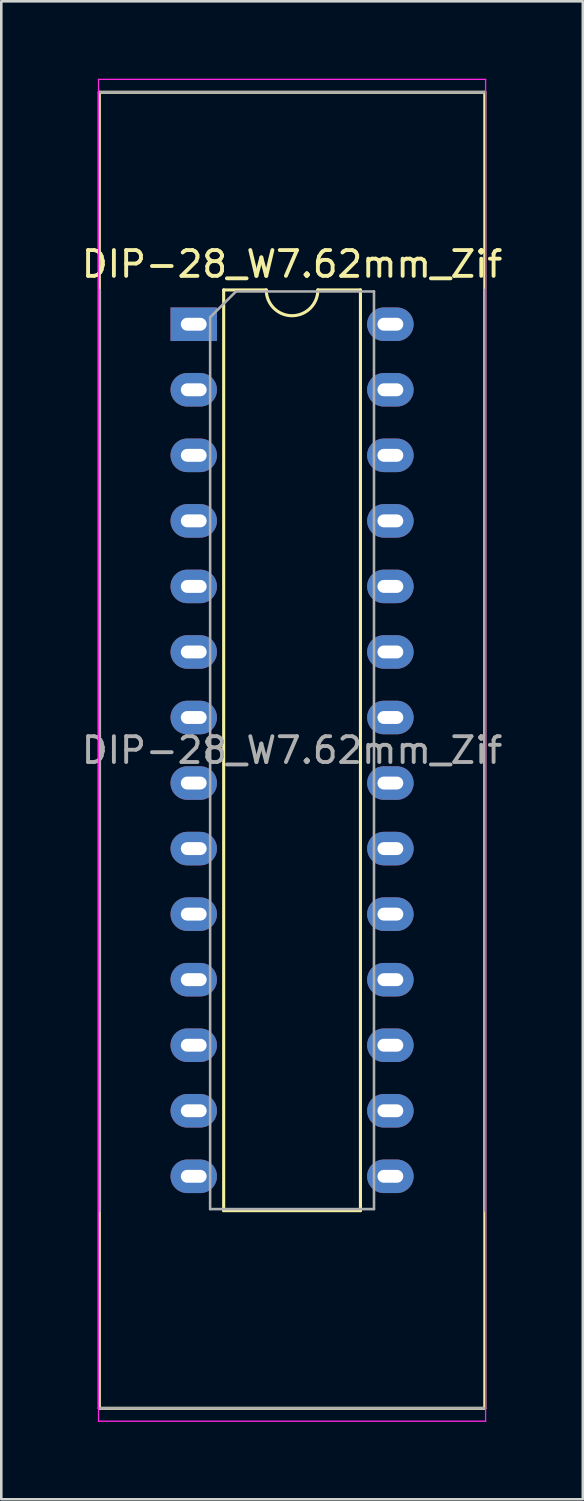
<source format=kicad_pcb>
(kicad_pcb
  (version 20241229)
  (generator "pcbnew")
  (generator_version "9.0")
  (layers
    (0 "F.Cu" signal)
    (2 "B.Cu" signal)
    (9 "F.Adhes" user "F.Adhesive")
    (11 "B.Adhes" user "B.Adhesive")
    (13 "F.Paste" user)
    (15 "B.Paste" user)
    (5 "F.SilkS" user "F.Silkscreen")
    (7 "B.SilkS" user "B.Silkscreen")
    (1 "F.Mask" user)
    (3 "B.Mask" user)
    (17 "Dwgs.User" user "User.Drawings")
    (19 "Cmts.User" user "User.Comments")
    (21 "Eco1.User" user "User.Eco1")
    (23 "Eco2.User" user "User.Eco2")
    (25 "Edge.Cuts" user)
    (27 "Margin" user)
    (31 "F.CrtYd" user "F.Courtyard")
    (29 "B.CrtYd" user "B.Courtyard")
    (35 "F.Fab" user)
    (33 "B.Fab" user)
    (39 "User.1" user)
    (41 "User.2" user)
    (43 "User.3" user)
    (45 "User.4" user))
  (footprint "DIP-28_W7.62mm_Zif"
    (layer "F.Cu")
    (at 4.458 9.515)
    (property "Reference" "DIP-28_W7.62mm_Zif" (at 3.81 -2.33 0) (layer "F.SilkS") (effects (font (size 1 1) (thickness 0.15))))
    (attr through_hole)
    (fp_line (start -3.66 -8.99) (end -3.66 42.01) (stroke (width 0.12) (type solid)) (layer "F.SilkS"))
    (fp_line (start -3.66 42.01) (end 11.28 42.01) (stroke (width 0.12) (type solid)) (layer "F.SilkS"))
    (fp_line (start 1.16 -1.33) (end 1.16 34.35) (stroke (width 0.12) (type solid)) (layer "F.SilkS"))
    (fp_line (start 1.16 34.35) (end 6.46 34.35) (stroke (width 0.12) (type solid)) (layer "F.SilkS"))
    (fp_line (start 2.81 -1.33) (end 1.16 -1.33) (stroke (width 0.12) (type solid)) (layer "F.SilkS"))
    (fp_line (start 6.46 -1.33) (end 4.81 -1.33) (stroke (width 0.12) (type solid)) (layer "F.SilkS"))
    (fp_line (start 6.46 34.35) (end 6.46 -1.33) (stroke (width 0.12) (type solid)) (layer "F.SilkS"))
    (fp_line (start 11.28 -8.99) (end -3.66 -8.99) (stroke (width 0.12) (type solid)) (layer "F.SilkS"))
    (fp_line (start 11.28 42.01) (end 11.28 -8.99) (stroke (width 0.12) (type solid)) (layer "F.SilkS"))
    (fp_arc (start 4.81 -1.33) (mid 3.81 -0.33) (end 2.81 -1.33) (stroke (width 0.12) (type solid)) (layer "F.SilkS"))
    (fp_line (start -3.69 -9.49) (end -3.69 42.51) (stroke (width 0.05) (type solid)) (layer "F.CrtYd"))
    (fp_line (start -3.69 42.51) (end 11.31 42.51) (stroke (width 0.05) (type solid)) (layer "F.CrtYd"))
    (fp_line (start 11.31 -9.49) (end -3.69 -9.49) (stroke (width 0.05) (type solid)) (layer "F.CrtYd"))
    (fp_line (start 11.31 42.51) (end 11.31 -9.49) (stroke (width 0.05) (type solid)) (layer "F.CrtYd"))
    (fp_line (start -3.64 -1.33) (end -3.64 34.35) (stroke (width 0.1) (type solid)) (layer "F.Fab"))
    (fp_line (start -3.64 42.01) (end 11.26 42.01) (stroke (width 0.1) (type solid)) (layer "F.Fab"))
    (fp_line (start 0.635 -0.27) (end 1.635 -1.27) (stroke (width 0.1) (type solid)) (layer "F.Fab"))
    (fp_line (start 0.635 34.29) (end 0.635 -0.27) (stroke (width 0.1) (type solid)) (layer "F.Fab"))
    (fp_line (start 1.635 -1.27) (end 6.985 -1.27) (stroke (width 0.1) (type solid)) (layer "F.Fab"))
    (fp_line (start 6.985 -1.27) (end 6.985 34.29) (stroke (width 0.1) (type solid)) (layer "F.Fab"))
    (fp_line (start 6.985 34.29) (end 0.635 34.29) (stroke (width 0.1) (type solid)) (layer "F.Fab"))
    (fp_line (start 11.26 -8.99) (end -3.64 -8.99) (stroke (width 0.1) (type solid)) (layer "F.Fab"))
    (fp_line (start 11.26 34.35) (end 11.26 -1.33) (stroke (width 0.1) (type solid)) (layer "F.Fab"))
    (fp_text user "${REFERENCE}" (at 3.81 16.51 0) (layer "F.Fab") (effects (font (size 1 1) (thickness 0.15))))
    (pad "1" thru_hole rect (at 0 0) (size 1.8 1.3) (drill oval 1 0.5) (layers "*.Cu" "*.Mask"))
    (pad "2" thru_hole oval (at 0 2.54) (size 1.8 1.3) (drill oval 1 0.5) (layers "*.Cu" "*.Mask"))
    (pad "3" thru_hole oval (at 0 5.08) (size 1.8 1.3) (drill oval 1 0.5) (layers "*.Cu" "*.Mask"))
    (pad "4" thru_hole oval (at 0 7.62) (size 1.8 1.3) (drill oval 1 0.5) (layers "*.Cu" "*.Mask"))
    (pad "5" thru_hole oval (at 0 10.16) (size 1.8 1.3) (drill oval 1 0.5) (layers "*.Cu" "*.Mask"))
    (pad "6" thru_hole oval (at 0 12.7) (size 1.8 1.3) (drill oval 1 0.5) (layers "*.Cu" "*.Mask"))
    (pad "7" thru_hole oval (at 0 15.24) (size 1.8 1.3) (drill oval 1 0.5) (layers "*.Cu" "*.Mask"))
    (pad "8" thru_hole oval (at 0 17.78) (size 1.8 1.3) (drill oval 1 0.5) (layers "*.Cu" "*.Mask"))
    (pad "9" thru_hole oval (at 0 20.32) (size 1.8 1.3) (drill oval 1 0.5) (layers "*.Cu" "*.Mask"))
    (pad "10" thru_hole oval (at 0 22.86) (size 1.8 1.3) (drill oval 1 0.5) (layers "*.Cu" "*.Mask"))
    (pad "11" thru_hole oval (at 0 25.4) (size 1.8 1.3) (drill oval 1 0.5) (layers "*.Cu" "*.Mask"))
    (pad "12" thru_hole oval (at 0 27.94) (size 1.8 1.3) (drill oval 1 0.5) (layers "*.Cu" "*.Mask"))
    (pad "13" thru_hole oval (at 0 30.48) (size 1.8 1.3) (drill oval 1 0.5) (layers "*.Cu" "*.Mask"))
    (pad "14" thru_hole oval (at 0 33.02) (size 1.8 1.3) (drill oval 1 0.5) (layers "*.Cu" "*.Mask"))
    (pad "15" thru_hole oval (at 7.62 33.02) (size 1.8 1.3) (drill oval 1 0.5) (layers "*.Cu" "*.Mask"))
    (pad "16" thru_hole oval (at 7.62 30.48) (size 1.8 1.3) (drill oval 1 0.5) (layers "*.Cu" "*.Mask"))
    (pad "17" thru_hole oval (at 7.62 27.94) (size 1.8 1.3) (drill oval 1 0.5) (layers "*.Cu" "*.Mask"))
    (pad "18" thru_hole oval (at 7.62 25.4) (size 1.8 1.3) (drill oval 1 0.5) (layers "*.Cu" "*.Mask"))
    (pad "19" thru_hole oval (at 7.62 22.86) (size 1.8 1.3) (drill oval 1 0.5) (layers "*.Cu" "*.Mask"))
    (pad "20" thru_hole oval (at 7.62 20.32) (size 1.8 1.3) (drill oval 1 0.5) (layers "*.Cu" "*.Mask"))
    (pad "21" thru_hole oval (at 7.62 17.78) (size 1.8 1.3) (drill oval 1 0.5) (layers "*.Cu" "*.Mask"))
    (pad "22" thru_hole oval (at 7.62 15.24) (size 1.8 1.3) (drill oval 1 0.5) (layers "*.Cu" "*.Mask"))
    (pad "23" thru_hole oval (at 7.62 12.7) (size 1.8 1.3) (drill oval 1 0.5) (layers "*.Cu" "*.Mask"))
    (pad "24" thru_hole oval (at 7.62 10.16) (size 1.8 1.3) (drill oval 1 0.5) (layers "*.Cu" "*.Mask"))
    (pad "25" thru_hole oval (at 7.62 7.62) (size 1.8 1.3) (drill oval 1 0.5) (layers "*.Cu" "*.Mask"))
    (pad "26" thru_hole oval (at 7.62 5.08) (size 1.8 1.3) (drill oval 1 0.5) (layers "*.Cu" "*.Mask"))
    (pad "27" thru_hole oval (at 7.62 2.54) (size 1.8 1.3) (drill oval 1 0.5) (layers "*.Cu" "*.Mask"))
    (pad "28" thru_hole oval (at 7.62 0) (size 1.8 1.3) (drill oval 1 0.5) (layers "*.Cu" "*.Mask")))
  (gr_rect
    (start -3 -3)
    (end 19.536 55.05)
    (stroke (width 0.1) (type default))
    (fill no)
    (layer "Edge.Cuts")))
</source>
